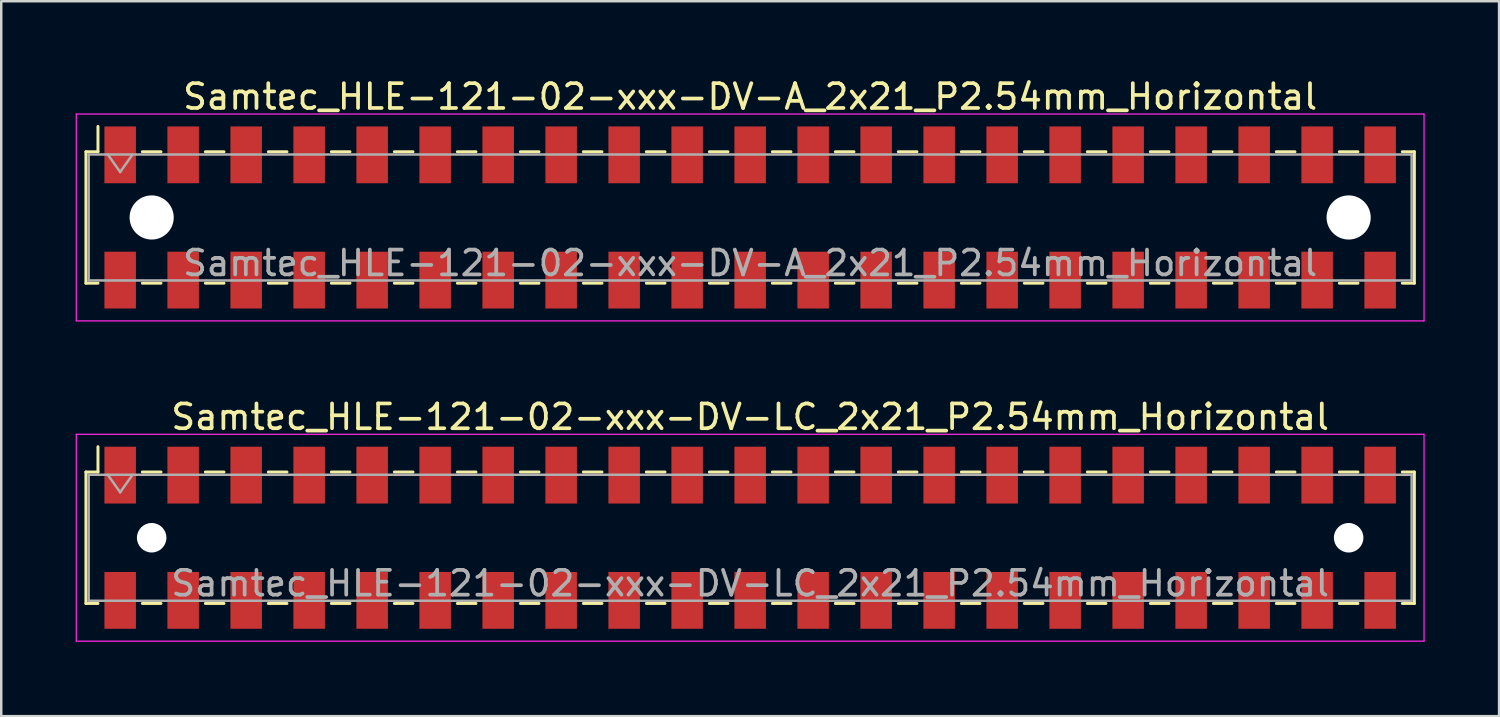
<source format=kicad_pcb>
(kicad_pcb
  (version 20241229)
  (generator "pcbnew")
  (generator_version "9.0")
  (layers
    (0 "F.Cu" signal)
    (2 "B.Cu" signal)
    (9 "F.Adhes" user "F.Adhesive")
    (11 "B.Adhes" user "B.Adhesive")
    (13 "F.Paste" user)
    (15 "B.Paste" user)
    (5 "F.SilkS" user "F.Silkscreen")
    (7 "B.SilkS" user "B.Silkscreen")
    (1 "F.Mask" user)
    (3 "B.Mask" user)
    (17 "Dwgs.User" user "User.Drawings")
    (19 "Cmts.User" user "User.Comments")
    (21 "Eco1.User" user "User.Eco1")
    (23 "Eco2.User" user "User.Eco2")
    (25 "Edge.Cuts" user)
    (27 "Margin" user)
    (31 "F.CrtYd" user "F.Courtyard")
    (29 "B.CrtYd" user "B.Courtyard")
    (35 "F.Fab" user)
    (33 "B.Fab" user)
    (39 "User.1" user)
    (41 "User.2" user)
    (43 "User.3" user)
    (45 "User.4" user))
  (footprint "Samtec_HLE-121-02-xxx-DV-LC_2x21_P2.54mm_Horizontal"
    (layer "F.Cu")
    (at 27.195 18.631)
    (property "Reference" "Samtec_HLE-121-02-xxx-DV-LC_2x21_P2.54mm_Horizontal" (at 0 -4.87 0) (layer "F.SilkS") (effects (font (size 1 1) (thickness 0.15))))
    (attr smd)
    (fp_line (start -26.78 -2.65) (end -26.78 2.65) (stroke (width 0.12) (type solid)) (layer "F.SilkS"))
    (fp_line (start -26.78 2.65) (end -26.295 2.65) (stroke (width 0.12) (type solid)) (layer "F.SilkS"))
    (fp_line (start -26.295 -3.67) (end -26.295 -2.65) (stroke (width 0.12) (type solid)) (layer "F.SilkS"))
    (fp_line (start -26.295 -2.65) (end -26.78 -2.65) (stroke (width 0.12) (type solid)) (layer "F.SilkS"))
    (fp_line (start -24.505 -2.65) (end -23.755 -2.65) (stroke (width 0.12) (type solid)) (layer "F.SilkS"))
    (fp_line (start -24.505 2.65) (end -23.755 2.65) (stroke (width 0.12) (type solid)) (layer "F.SilkS"))
    (fp_line (start -21.965 -2.65) (end -21.215 -2.65) (stroke (width 0.12) (type solid)) (layer "F.SilkS"))
    (fp_line (start -21.965 2.65) (end -21.215 2.65) (stroke (width 0.12) (type solid)) (layer "F.SilkS"))
    (fp_line (start -19.425 -2.65) (end -18.675 -2.65) (stroke (width 0.12) (type solid)) (layer "F.SilkS"))
    (fp_line (start -19.425 2.65) (end -18.675 2.65) (stroke (width 0.12) (type solid)) (layer "F.SilkS"))
    (fp_line (start -16.885 -2.65) (end -16.135 -2.65) (stroke (width 0.12) (type solid)) (layer "F.SilkS"))
    (fp_line (start -16.885 2.65) (end -16.135 2.65) (stroke (width 0.12) (type solid)) (layer "F.SilkS"))
    (fp_line (start -14.345 -2.65) (end -13.595 -2.65) (stroke (width 0.12) (type solid)) (layer "F.SilkS"))
    (fp_line (start -14.345 2.65) (end -13.595 2.65) (stroke (width 0.12) (type solid)) (layer "F.SilkS"))
    (fp_line (start -11.805 -2.65) (end -11.055 -2.65) (stroke (width 0.12) (type solid)) (layer "F.SilkS"))
    (fp_line (start -11.805 2.65) (end -11.055 2.65) (stroke (width 0.12) (type solid)) (layer "F.SilkS"))
    (fp_line (start -9.265 -2.65) (end -8.515 -2.65) (stroke (width 0.12) (type solid)) (layer "F.SilkS"))
    (fp_line (start -9.265 2.65) (end -8.515 2.65) (stroke (width 0.12) (type solid)) (layer "F.SilkS"))
    (fp_line (start -6.725 -2.65) (end -5.975 -2.65) (stroke (width 0.12) (type solid)) (layer "F.SilkS"))
    (fp_line (start -6.725 2.65) (end -5.975 2.65) (stroke (width 0.12) (type solid)) (layer "F.SilkS"))
    (fp_line (start -4.185 -2.65) (end -3.435 -2.65) (stroke (width 0.12) (type solid)) (layer "F.SilkS"))
    (fp_line (start -4.185 2.65) (end -3.435 2.65) (stroke (width 0.12) (type solid)) (layer "F.SilkS"))
    (fp_line (start -1.645 -2.65) (end -0.895 -2.65) (stroke (width 0.12) (type solid)) (layer "F.SilkS"))
    (fp_line (start -1.645 2.65) (end -0.895 2.65) (stroke (width 0.12) (type solid)) (layer "F.SilkS"))
    (fp_line (start 0.895 -2.65) (end 1.645 -2.65) (stroke (width 0.12) (type solid)) (layer "F.SilkS"))
    (fp_line (start 0.895 2.65) (end 1.645 2.65) (stroke (width 0.12) (type solid)) (layer "F.SilkS"))
    (fp_line (start 3.435 -2.65) (end 4.185 -2.65) (stroke (width 0.12) (type solid)) (layer "F.SilkS"))
    (fp_line (start 3.435 2.65) (end 4.185 2.65) (stroke (width 0.12) (type solid)) (layer "F.SilkS"))
    (fp_line (start 5.975 -2.65) (end 6.725 -2.65) (stroke (width 0.12) (type solid)) (layer "F.SilkS"))
    (fp_line (start 5.975 2.65) (end 6.725 2.65) (stroke (width 0.12) (type solid)) (layer "F.SilkS"))
    (fp_line (start 8.515 -2.65) (end 9.265 -2.65) (stroke (width 0.12) (type solid)) (layer "F.SilkS"))
    (fp_line (start 8.515 2.65) (end 9.265 2.65) (stroke (width 0.12) (type solid)) (layer "F.SilkS"))
    (fp_line (start 11.055 -2.65) (end 11.805 -2.65) (stroke (width 0.12) (type solid)) (layer "F.SilkS"))
    (fp_line (start 11.055 2.65) (end 11.805 2.65) (stroke (width 0.12) (type solid)) (layer "F.SilkS"))
    (fp_line (start 13.595 -2.65) (end 14.345 -2.65) (stroke (width 0.12) (type solid)) (layer "F.SilkS"))
    (fp_line (start 13.595 2.65) (end 14.345 2.65) (stroke (width 0.12) (type solid)) (layer "F.SilkS"))
    (fp_line (start 16.135 -2.65) (end 16.885 -2.65) (stroke (width 0.12) (type solid)) (layer "F.SilkS"))
    (fp_line (start 16.135 2.65) (end 16.885 2.65) (stroke (width 0.12) (type solid)) (layer "F.SilkS"))
    (fp_line (start 18.675 -2.65) (end 19.425 -2.65) (stroke (width 0.12) (type solid)) (layer "F.SilkS"))
    (fp_line (start 18.675 2.65) (end 19.425 2.65) (stroke (width 0.12) (type solid)) (layer "F.SilkS"))
    (fp_line (start 21.215 -2.65) (end 21.965 -2.65) (stroke (width 0.12) (type solid)) (layer "F.SilkS"))
    (fp_line (start 21.215 2.65) (end 21.965 2.65) (stroke (width 0.12) (type solid)) (layer "F.SilkS"))
    (fp_line (start 23.755 -2.65) (end 24.505 -2.65) (stroke (width 0.12) (type solid)) (layer "F.SilkS"))
    (fp_line (start 23.755 2.65) (end 24.505 2.65) (stroke (width 0.12) (type solid)) (layer "F.SilkS"))
    (fp_line (start 26.295 -2.65) (end 26.78 -2.65) (stroke (width 0.12) (type solid)) (layer "F.SilkS"))
    (fp_line (start 26.78 -2.65) (end 26.78 2.65) (stroke (width 0.12) (type solid)) (layer "F.SilkS"))
    (fp_line (start 26.78 2.65) (end 26.295 2.65) (stroke (width 0.12) (type solid)) (layer "F.SilkS"))
    (fp_line (start -27.17 -4.17) (end 27.17 -4.17) (stroke (width 0.05) (type solid)) (layer "F.CrtYd"))
    (fp_line (start -27.17 4.17) (end -27.17 -4.17) (stroke (width 0.05) (type solid)) (layer "F.CrtYd"))
    (fp_line (start 27.17 -4.17) (end 27.17 4.17) (stroke (width 0.05) (type solid)) (layer "F.CrtYd"))
    (fp_line (start 27.17 4.17) (end -27.17 4.17) (stroke (width 0.05) (type solid)) (layer "F.CrtYd"))
    (fp_line (start -26.67 -2.54) (end 26.67 -2.54) (stroke (width 0.1) (type solid)) (layer "F.Fab"))
    (fp_line (start -26.67 2.54) (end -26.67 -2.54) (stroke (width 0.1) (type solid)) (layer "F.Fab"))
    (fp_line (start -25.9 -2.54) (end -25.4 -1.833) (stroke (width 0.1) (type solid)) (layer "F.Fab"))
    (fp_line (start -25.4 -1.833) (end -24.9 -2.54) (stroke (width 0.1) (type solid)) (layer "F.Fab"))
    (fp_line (start 26.67 -2.54) (end 26.67 2.54) (stroke (width 0.1) (type solid)) (layer "F.Fab"))
    (fp_line (start 26.67 2.54) (end -26.67 2.54) (stroke (width 0.1) (type solid)) (layer "F.Fab"))
    (fp_text user "${REFERENCE}" (at 0 1.84 0) (layer "F.Fab") (effects (font (size 1 1) (thickness 0.15))))
    (pad "" np_thru_hole circle (at -24.13 0) (size 1.19 1.19) (drill 1.19) (layers "*.Cu" "*.Mask"))
    (pad "" np_thru_hole circle (at 24.13 0) (size 1.19 1.19) (drill 1.19) (layers "*.Cu" "*.Mask"))
    (pad "1" smd rect (at -25.4 -2.525) (size 1.27 2.29) (layers "F.Cu" "F.Mask" "F.Paste"))
    (pad "2" smd rect (at -25.4 2.525) (size 1.27 2.29) (layers "F.Cu" "F.Mask" "F.Paste"))
    (pad "3" smd rect (at -22.86 -2.525) (size 1.27 2.29) (layers "F.Cu" "F.Mask" "F.Paste"))
    (pad "4" smd rect (at -22.86 2.525) (size 1.27 2.29) (layers "F.Cu" "F.Mask" "F.Paste"))
    (pad "5" smd rect (at -20.32 -2.525) (size 1.27 2.29) (layers "F.Cu" "F.Mask" "F.Paste"))
    (pad "6" smd rect (at -20.32 2.525) (size 1.27 2.29) (layers "F.Cu" "F.Mask" "F.Paste"))
    (pad "7" smd rect (at -17.78 -2.525) (size 1.27 2.29) (layers "F.Cu" "F.Mask" "F.Paste"))
    (pad "8" smd rect (at -17.78 2.525) (size 1.27 2.29) (layers "F.Cu" "F.Mask" "F.Paste"))
    (pad "9" smd rect (at -15.24 -2.525) (size 1.27 2.29) (layers "F.Cu" "F.Mask" "F.Paste"))
    (pad "10" smd rect (at -15.24 2.525) (size 1.27 2.29) (layers "F.Cu" "F.Mask" "F.Paste"))
    (pad "11" smd rect (at -12.7 -2.525) (size 1.27 2.29) (layers "F.Cu" "F.Mask" "F.Paste"))
    (pad "12" smd rect (at -12.7 2.525) (size 1.27 2.29) (layers "F.Cu" "F.Mask" "F.Paste"))
    (pad "13" smd rect (at -10.16 -2.525) (size 1.27 2.29) (layers "F.Cu" "F.Mask" "F.Paste"))
    (pad "14" smd rect (at -10.16 2.525) (size 1.27 2.29) (layers "F.Cu" "F.Mask" "F.Paste"))
    (pad "15" smd rect (at -7.62 -2.525) (size 1.27 2.29) (layers "F.Cu" "F.Mask" "F.Paste"))
    (pad "16" smd rect (at -7.62 2.525) (size 1.27 2.29) (layers "F.Cu" "F.Mask" "F.Paste"))
    (pad "17" smd rect (at -5.08 -2.525) (size 1.27 2.29) (layers "F.Cu" "F.Mask" "F.Paste"))
    (pad "18" smd rect (at -5.08 2.525) (size 1.27 2.29) (layers "F.Cu" "F.Mask" "F.Paste"))
    (pad "19" smd rect (at -2.54 -2.525) (size 1.27 2.29) (layers "F.Cu" "F.Mask" "F.Paste"))
    (pad "20" smd rect (at -2.54 2.525) (size 1.27 2.29) (layers "F.Cu" "F.Mask" "F.Paste"))
    (pad "21" smd rect (at 0 -2.525) (size 1.27 2.29) (layers "F.Cu" "F.Mask" "F.Paste"))
    (pad "22" smd rect (at 0 2.525) (size 1.27 2.29) (layers "F.Cu" "F.Mask" "F.Paste"))
    (pad "23" smd rect (at 2.54 -2.525) (size 1.27 2.29) (layers "F.Cu" "F.Mask" "F.Paste"))
    (pad "24" smd rect (at 2.54 2.525) (size 1.27 2.29) (layers "F.Cu" "F.Mask" "F.Paste"))
    (pad "25" smd rect (at 5.08 -2.525) (size 1.27 2.29) (layers "F.Cu" "F.Mask" "F.Paste"))
    (pad "26" smd rect (at 5.08 2.525) (size 1.27 2.29) (layers "F.Cu" "F.Mask" "F.Paste"))
    (pad "27" smd rect (at 7.62 -2.525) (size 1.27 2.29) (layers "F.Cu" "F.Mask" "F.Paste"))
    (pad "28" smd rect (at 7.62 2.525) (size 1.27 2.29) (layers "F.Cu" "F.Mask" "F.Paste"))
    (pad "29" smd rect (at 10.16 -2.525) (size 1.27 2.29) (layers "F.Cu" "F.Mask" "F.Paste"))
    (pad "30" smd rect (at 10.16 2.525) (size 1.27 2.29) (layers "F.Cu" "F.Mask" "F.Paste"))
    (pad "31" smd rect (at 12.7 -2.525) (size 1.27 2.29) (layers "F.Cu" "F.Mask" "F.Paste"))
    (pad "32" smd rect (at 12.7 2.525) (size 1.27 2.29) (layers "F.Cu" "F.Mask" "F.Paste"))
    (pad "33" smd rect (at 15.24 -2.525) (size 1.27 2.29) (layers "F.Cu" "F.Mask" "F.Paste"))
    (pad "34" smd rect (at 15.24 2.525) (size 1.27 2.29) (layers "F.Cu" "F.Mask" "F.Paste"))
    (pad "35" smd rect (at 17.78 -2.525) (size 1.27 2.29) (layers "F.Cu" "F.Mask" "F.Paste"))
    (pad "36" smd rect (at 17.78 2.525) (size 1.27 2.29) (layers "F.Cu" "F.Mask" "F.Paste"))
    (pad "37" smd rect (at 20.32 -2.525) (size 1.27 2.29) (layers "F.Cu" "F.Mask" "F.Paste"))
    (pad "38" smd rect (at 20.32 2.525) (size 1.27 2.29) (layers "F.Cu" "F.Mask" "F.Paste"))
    (pad "39" smd rect (at 22.86 -2.525) (size 1.27 2.29) (layers "F.Cu" "F.Mask" "F.Paste"))
    (pad "40" smd rect (at 22.86 2.525) (size 1.27 2.29) (layers "F.Cu" "F.Mask" "F.Paste"))
    (pad "41" smd rect (at 25.4 -2.525) (size 1.27 2.29) (layers "F.Cu" "F.Mask" "F.Paste"))
    (pad "42" smd rect (at 25.4 2.525) (size 1.27 2.29) (layers "F.Cu" "F.Mask" "F.Paste")))
  (footprint "Samtec_HLE-121-02-xxx-DV-A_2x21_P2.54mm_Horizontal"
    (layer "F.Cu")
    (at 27.195 5.718)
    (property "Reference" "Samtec_HLE-121-02-xxx-DV-A_2x21_P2.54mm_Horizontal" (at 0 -4.87 0) (layer "F.SilkS") (effects (font (size 1 1) (thickness 0.15))))
    (attr smd)
    (fp_line (start -26.78 -2.65) (end -26.78 2.65) (stroke (width 0.12) (type solid)) (layer "F.SilkS"))
    (fp_line (start -26.78 2.65) (end -26.295 2.65) (stroke (width 0.12) (type solid)) (layer "F.SilkS"))
    (fp_line (start -26.295 -3.67) (end -26.295 -2.65) (stroke (width 0.12) (type solid)) (layer "F.SilkS"))
    (fp_line (start -26.295 -2.65) (end -26.78 -2.65) (stroke (width 0.12) (type solid)) (layer "F.SilkS"))
    (fp_line (start -24.505 -2.65) (end -23.755 -2.65) (stroke (width 0.12) (type solid)) (layer "F.SilkS"))
    (fp_line (start -24.505 2.65) (end -23.755 2.65) (stroke (width 0.12) (type solid)) (layer "F.SilkS"))
    (fp_line (start -21.965 -2.65) (end -21.215 -2.65) (stroke (width 0.12) (type solid)) (layer "F.SilkS"))
    (fp_line (start -21.965 2.65) (end -21.215 2.65) (stroke (width 0.12) (type solid)) (layer "F.SilkS"))
    (fp_line (start -19.425 -2.65) (end -18.675 -2.65) (stroke (width 0.12) (type solid)) (layer "F.SilkS"))
    (fp_line (start -19.425 2.65) (end -18.675 2.65) (stroke (width 0.12) (type solid)) (layer "F.SilkS"))
    (fp_line (start -16.885 -2.65) (end -16.135 -2.65) (stroke (width 0.12) (type solid)) (layer "F.SilkS"))
    (fp_line (start -16.885 2.65) (end -16.135 2.65) (stroke (width 0.12) (type solid)) (layer "F.SilkS"))
    (fp_line (start -14.345 -2.65) (end -13.595 -2.65) (stroke (width 0.12) (type solid)) (layer "F.SilkS"))
    (fp_line (start -14.345 2.65) (end -13.595 2.65) (stroke (width 0.12) (type solid)) (layer "F.SilkS"))
    (fp_line (start -11.805 -2.65) (end -11.055 -2.65) (stroke (width 0.12) (type solid)) (layer "F.SilkS"))
    (fp_line (start -11.805 2.65) (end -11.055 2.65) (stroke (width 0.12) (type solid)) (layer "F.SilkS"))
    (fp_line (start -9.265 -2.65) (end -8.515 -2.65) (stroke (width 0.12) (type solid)) (layer "F.SilkS"))
    (fp_line (start -9.265 2.65) (end -8.515 2.65) (stroke (width 0.12) (type solid)) (layer "F.SilkS"))
    (fp_line (start -6.725 -2.65) (end -5.975 -2.65) (stroke (width 0.12) (type solid)) (layer "F.SilkS"))
    (fp_line (start -6.725 2.65) (end -5.975 2.65) (stroke (width 0.12) (type solid)) (layer "F.SilkS"))
    (fp_line (start -4.185 -2.65) (end -3.435 -2.65) (stroke (width 0.12) (type solid)) (layer "F.SilkS"))
    (fp_line (start -4.185 2.65) (end -3.435 2.65) (stroke (width 0.12) (type solid)) (layer "F.SilkS"))
    (fp_line (start -1.645 -2.65) (end -0.895 -2.65) (stroke (width 0.12) (type solid)) (layer "F.SilkS"))
    (fp_line (start -1.645 2.65) (end -0.895 2.65) (stroke (width 0.12) (type solid)) (layer "F.SilkS"))
    (fp_line (start 0.895 -2.65) (end 1.645 -2.65) (stroke (width 0.12) (type solid)) (layer "F.SilkS"))
    (fp_line (start 0.895 2.65) (end 1.645 2.65) (stroke (width 0.12) (type solid)) (layer "F.SilkS"))
    (fp_line (start 3.435 -2.65) (end 4.185 -2.65) (stroke (width 0.12) (type solid)) (layer "F.SilkS"))
    (fp_line (start 3.435 2.65) (end 4.185 2.65) (stroke (width 0.12) (type solid)) (layer "F.SilkS"))
    (fp_line (start 5.975 -2.65) (end 6.725 -2.65) (stroke (width 0.12) (type solid)) (layer "F.SilkS"))
    (fp_line (start 5.975 2.65) (end 6.725 2.65) (stroke (width 0.12) (type solid)) (layer "F.SilkS"))
    (fp_line (start 8.515 -2.65) (end 9.265 -2.65) (stroke (width 0.12) (type solid)) (layer "F.SilkS"))
    (fp_line (start 8.515 2.65) (end 9.265 2.65) (stroke (width 0.12) (type solid)) (layer "F.SilkS"))
    (fp_line (start 11.055 -2.65) (end 11.805 -2.65) (stroke (width 0.12) (type solid)) (layer "F.SilkS"))
    (fp_line (start 11.055 2.65) (end 11.805 2.65) (stroke (width 0.12) (type solid)) (layer "F.SilkS"))
    (fp_line (start 13.595 -2.65) (end 14.345 -2.65) (stroke (width 0.12) (type solid)) (layer "F.SilkS"))
    (fp_line (start 13.595 2.65) (end 14.345 2.65) (stroke (width 0.12) (type solid)) (layer "F.SilkS"))
    (fp_line (start 16.135 -2.65) (end 16.885 -2.65) (stroke (width 0.12) (type solid)) (layer "F.SilkS"))
    (fp_line (start 16.135 2.65) (end 16.885 2.65) (stroke (width 0.12) (type solid)) (layer "F.SilkS"))
    (fp_line (start 18.675 -2.65) (end 19.425 -2.65) (stroke (width 0.12) (type solid)) (layer "F.SilkS"))
    (fp_line (start 18.675 2.65) (end 19.425 2.65) (stroke (width 0.12) (type solid)) (layer "F.SilkS"))
    (fp_line (start 21.215 -2.65) (end 21.965 -2.65) (stroke (width 0.12) (type solid)) (layer "F.SilkS"))
    (fp_line (start 21.215 2.65) (end 21.965 2.65) (stroke (width 0.12) (type solid)) (layer "F.SilkS"))
    (fp_line (start 23.755 -2.65) (end 24.505 -2.65) (stroke (width 0.12) (type solid)) (layer "F.SilkS"))
    (fp_line (start 23.755 2.65) (end 24.505 2.65) (stroke (width 0.12) (type solid)) (layer "F.SilkS"))
    (fp_line (start 26.295 -2.65) (end 26.78 -2.65) (stroke (width 0.12) (type solid)) (layer "F.SilkS"))
    (fp_line (start 26.78 -2.65) (end 26.78 2.65) (stroke (width 0.12) (type solid)) (layer "F.SilkS"))
    (fp_line (start 26.78 2.65) (end 26.295 2.65) (stroke (width 0.12) (type solid)) (layer "F.SilkS"))
    (fp_line (start -27.17 -4.17) (end 27.17 -4.17) (stroke (width 0.05) (type solid)) (layer "F.CrtYd"))
    (fp_line (start -27.17 4.17) (end -27.17 -4.17) (stroke (width 0.05) (type solid)) (layer "F.CrtYd"))
    (fp_line (start 27.17 -4.17) (end 27.17 4.17) (stroke (width 0.05) (type solid)) (layer "F.CrtYd"))
    (fp_line (start 27.17 4.17) (end -27.17 4.17) (stroke (width 0.05) (type solid)) (layer "F.CrtYd"))
    (fp_line (start -26.67 -2.54) (end 26.67 -2.54) (stroke (width 0.1) (type solid)) (layer "F.Fab"))
    (fp_line (start -26.67 2.54) (end -26.67 -2.54) (stroke (width 0.1) (type solid)) (layer "F.Fab"))
    (fp_line (start -25.9 -2.54) (end -25.4 -1.833) (stroke (width 0.1) (type solid)) (layer "F.Fab"))
    (fp_line (start -25.4 -1.833) (end -24.9 -2.54) (stroke (width 0.1) (type solid)) (layer "F.Fab"))
    (fp_line (start 26.67 -2.54) (end 26.67 2.54) (stroke (width 0.1) (type solid)) (layer "F.Fab"))
    (fp_line (start 26.67 2.54) (end -26.67 2.54) (stroke (width 0.1) (type solid)) (layer "F.Fab"))
    (fp_text user "${REFERENCE}" (at 0 1.84 0) (layer "F.Fab") (effects (font (size 1 1) (thickness 0.15))))
    (pad "" np_thru_hole circle (at -24.13 0) (size 1.78 1.78) (drill 1.78) (layers "*.Cu" "*.Mask"))
    (pad "" np_thru_hole circle (at 24.13 0) (size 1.78 1.78) (drill 1.78) (layers "*.Cu" "*.Mask"))
    (pad "1" smd rect (at -25.4 -2.525) (size 1.27 2.29) (layers "F.Cu" "F.Mask" "F.Paste"))
    (pad "2" smd rect (at -25.4 2.525) (size 1.27 2.29) (layers "F.Cu" "F.Mask" "F.Paste"))
    (pad "3" smd rect (at -22.86 -2.525) (size 1.27 2.29) (layers "F.Cu" "F.Mask" "F.Paste"))
    (pad "4" smd rect (at -22.86 2.525) (size 1.27 2.29) (layers "F.Cu" "F.Mask" "F.Paste"))
    (pad "5" smd rect (at -20.32 -2.525) (size 1.27 2.29) (layers "F.Cu" "F.Mask" "F.Paste"))
    (pad "6" smd rect (at -20.32 2.525) (size 1.27 2.29) (layers "F.Cu" "F.Mask" "F.Paste"))
    (pad "7" smd rect (at -17.78 -2.525) (size 1.27 2.29) (layers "F.Cu" "F.Mask" "F.Paste"))
    (pad "8" smd rect (at -17.78 2.525) (size 1.27 2.29) (layers "F.Cu" "F.Mask" "F.Paste"))
    (pad "9" smd rect (at -15.24 -2.525) (size 1.27 2.29) (layers "F.Cu" "F.Mask" "F.Paste"))
    (pad "10" smd rect (at -15.24 2.525) (size 1.27 2.29) (layers "F.Cu" "F.Mask" "F.Paste"))
    (pad "11" smd rect (at -12.7 -2.525) (size 1.27 2.29) (layers "F.Cu" "F.Mask" "F.Paste"))
    (pad "12" smd rect (at -12.7 2.525) (size 1.27 2.29) (layers "F.Cu" "F.Mask" "F.Paste"))
    (pad "13" smd rect (at -10.16 -2.525) (size 1.27 2.29) (layers "F.Cu" "F.Mask" "F.Paste"))
    (pad "14" smd rect (at -10.16 2.525) (size 1.27 2.29) (layers "F.Cu" "F.Mask" "F.Paste"))
    (pad "15" smd rect (at -7.62 -2.525) (size 1.27 2.29) (layers "F.Cu" "F.Mask" "F.Paste"))
    (pad "16" smd rect (at -7.62 2.525) (size 1.27 2.29) (layers "F.Cu" "F.Mask" "F.Paste"))
    (pad "17" smd rect (at -5.08 -2.525) (size 1.27 2.29) (layers "F.Cu" "F.Mask" "F.Paste"))
    (pad "18" smd rect (at -5.08 2.525) (size 1.27 2.29) (layers "F.Cu" "F.Mask" "F.Paste"))
    (pad "19" smd rect (at -2.54 -2.525) (size 1.27 2.29) (layers "F.Cu" "F.Mask" "F.Paste"))
    (pad "20" smd rect (at -2.54 2.525) (size 1.27 2.29) (layers "F.Cu" "F.Mask" "F.Paste"))
    (pad "21" smd rect (at 0 -2.525) (size 1.27 2.29) (layers "F.Cu" "F.Mask" "F.Paste"))
    (pad "22" smd rect (at 0 2.525) (size 1.27 2.29) (layers "F.Cu" "F.Mask" "F.Paste"))
    (pad "23" smd rect (at 2.54 -2.525) (size 1.27 2.29) (layers "F.Cu" "F.Mask" "F.Paste"))
    (pad "24" smd rect (at 2.54 2.525) (size 1.27 2.29) (layers "F.Cu" "F.Mask" "F.Paste"))
    (pad "25" smd rect (at 5.08 -2.525) (size 1.27 2.29) (layers "F.Cu" "F.Mask" "F.Paste"))
    (pad "26" smd rect (at 5.08 2.525) (size 1.27 2.29) (layers "F.Cu" "F.Mask" "F.Paste"))
    (pad "27" smd rect (at 7.62 -2.525) (size 1.27 2.29) (layers "F.Cu" "F.Mask" "F.Paste"))
    (pad "28" smd rect (at 7.62 2.525) (size 1.27 2.29) (layers "F.Cu" "F.Mask" "F.Paste"))
    (pad "29" smd rect (at 10.16 -2.525) (size 1.27 2.29) (layers "F.Cu" "F.Mask" "F.Paste"))
    (pad "30" smd rect (at 10.16 2.525) (size 1.27 2.29) (layers "F.Cu" "F.Mask" "F.Paste"))
    (pad "31" smd rect (at 12.7 -2.525) (size 1.27 2.29) (layers "F.Cu" "F.Mask" "F.Paste"))
    (pad "32" smd rect (at 12.7 2.525) (size 1.27 2.29) (layers "F.Cu" "F.Mask" "F.Paste"))
    (pad "33" smd rect (at 15.24 -2.525) (size 1.27 2.29) (layers "F.Cu" "F.Mask" "F.Paste"))
    (pad "34" smd rect (at 15.24 2.525) (size 1.27 2.29) (layers "F.Cu" "F.Mask" "F.Paste"))
    (pad "35" smd rect (at 17.78 -2.525) (size 1.27 2.29) (layers "F.Cu" "F.Mask" "F.Paste"))
    (pad "36" smd rect (at 17.78 2.525) (size 1.27 2.29) (layers "F.Cu" "F.Mask" "F.Paste"))
    (pad "37" smd rect (at 20.32 -2.525) (size 1.27 2.29) (layers "F.Cu" "F.Mask" "F.Paste"))
    (pad "38" smd rect (at 20.32 2.525) (size 1.27 2.29) (layers "F.Cu" "F.Mask" "F.Paste"))
    (pad "39" smd rect (at 22.86 -2.525) (size 1.27 2.29) (layers "F.Cu" "F.Mask" "F.Paste"))
    (pad "40" smd rect (at 22.86 2.525) (size 1.27 2.29) (layers "F.Cu" "F.Mask" "F.Paste"))
    (pad "41" smd rect (at 25.4 -2.525) (size 1.27 2.29) (layers "F.Cu" "F.Mask" "F.Paste"))
    (pad "42" smd rect (at 25.4 2.525) (size 1.27 2.29) (layers "F.Cu" "F.Mask" "F.Paste")))
  (gr_rect
    (start -3 -3)
    (end 57.39 25.826)
    (stroke (width 0.1) (type default))
    (fill no)
    (layer "Edge.Cuts")))
</source>
